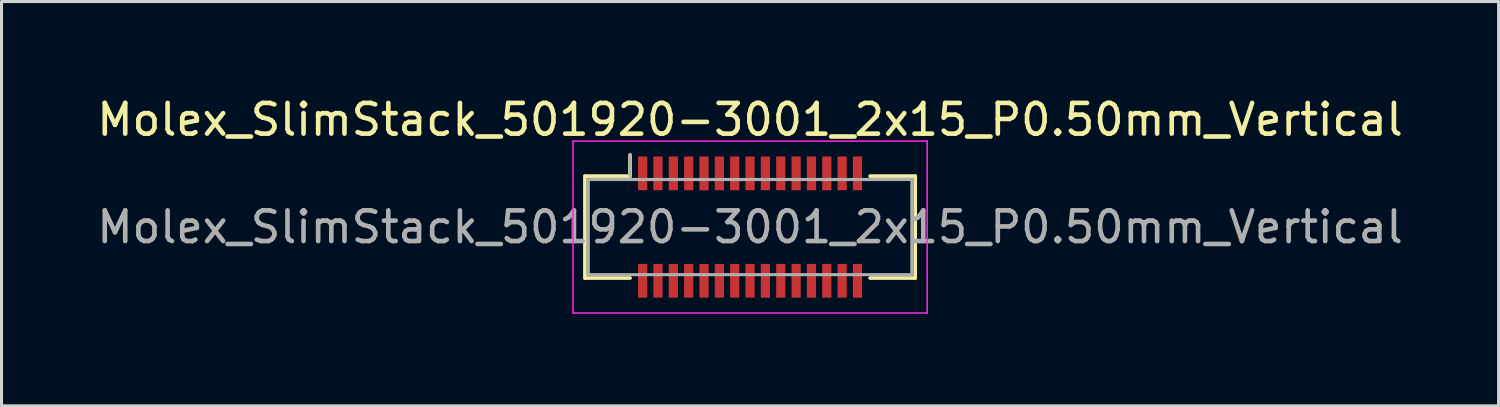
<source format=kicad_pcb>
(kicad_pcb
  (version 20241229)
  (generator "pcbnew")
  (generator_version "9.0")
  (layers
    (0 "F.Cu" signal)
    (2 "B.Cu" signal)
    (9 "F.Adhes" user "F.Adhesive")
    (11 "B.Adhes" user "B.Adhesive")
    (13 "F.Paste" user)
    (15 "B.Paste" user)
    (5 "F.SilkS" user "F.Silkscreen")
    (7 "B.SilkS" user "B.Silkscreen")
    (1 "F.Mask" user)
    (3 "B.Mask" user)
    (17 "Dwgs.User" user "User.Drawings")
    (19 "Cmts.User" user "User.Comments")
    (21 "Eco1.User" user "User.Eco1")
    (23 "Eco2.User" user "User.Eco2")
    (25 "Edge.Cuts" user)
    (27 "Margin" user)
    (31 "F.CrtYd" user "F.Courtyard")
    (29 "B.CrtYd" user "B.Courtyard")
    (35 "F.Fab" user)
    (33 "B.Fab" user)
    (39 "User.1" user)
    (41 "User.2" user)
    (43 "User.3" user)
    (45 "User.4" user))
  (footprint "Molex_SlimStack_501920-3001_2x15_P0.50mm_Vertical"
    (layer "F.Cu")
    (at 21.387 4.348)
    (property "Reference" "Molex_SlimStack_501920-3001_2x15_P0.50mm_Vertical" (at 0 -3.5 0) (layer "F.SilkS") (effects (font (size 1 1) (thickness 0.15))))
    (attr smd)
    (fp_line (start -5.38 -1.66) (end -3.91 -1.66) (stroke (width 0.12) (type solid)) (layer "F.SilkS"))
    (fp_line (start -5.38 1.66) (end -5.38 -1.66) (stroke (width 0.12) (type solid)) (layer "F.SilkS"))
    (fp_line (start -3.91 -1.66) (end -3.91 -2.35) (stroke (width 0.12) (type solid)) (layer "F.SilkS"))
    (fp_line (start -3.91 1.66) (end -5.38 1.66) (stroke (width 0.12) (type solid)) (layer "F.SilkS"))
    (fp_line (start 3.91 1.66) (end 5.38 1.66) (stroke (width 0.12) (type solid)) (layer "F.SilkS"))
    (fp_line (start 5.38 -1.66) (end 3.91 -1.66) (stroke (width 0.12) (type solid)) (layer "F.SilkS"))
    (fp_line (start 5.38 1.66) (end 5.38 -1.66) (stroke (width 0.12) (type solid)) (layer "F.SilkS"))
    (fp_line (start -5.77 -2.8) (end -5.77 2.8) (stroke (width 0.05) (type solid)) (layer "F.CrtYd"))
    (fp_line (start -5.77 2.8) (end 5.77 2.8) (stroke (width 0.05) (type solid)) (layer "F.CrtYd"))
    (fp_line (start 5.77 -2.8) (end -5.77 -2.8) (stroke (width 0.05) (type solid)) (layer "F.CrtYd"))
    (fp_line (start 5.77 2.8) (end 5.77 -2.8) (stroke (width 0.05) (type solid)) (layer "F.CrtYd"))
    (fp_line (start -5.27 -1.55) (end -5.27 1.55) (stroke (width 0.1) (type solid)) (layer "F.Fab"))
    (fp_line (start -5.27 1.55) (end 5.27 1.55) (stroke (width 0.1) (type solid)) (layer "F.Fab"))
    (fp_line (start -3.91 -1.66) (end -3.91 -2.35) (stroke (width 0.1) (type solid)) (layer "F.Fab"))
    (fp_line (start 5.27 -1.55) (end -5.27 -1.55) (stroke (width 0.1) (type solid)) (layer "F.Fab"))
    (fp_line (start 5.27 1.55) (end 5.27 -1.55) (stroke (width 0.1) (type solid)) (layer "F.Fab"))
    (fp_text user "${REFERENCE}" (at 0 0 0) (layer "F.Fab") (effects (font (size 1 1) (thickness 0.15))))
    (pad "1" smd rect (at -3.5 -1.75) (size 0.3 1.1) (layers "F.Cu" "F.Mask" "F.Paste"))
    (pad "2" smd rect (at -3.5 1.75) (size 0.3 1.1) (layers "F.Cu" "F.Mask" "F.Paste"))
    (pad "3" smd rect (at -3 -1.75) (size 0.3 1.1) (layers "F.Cu" "F.Mask" "F.Paste"))
    (pad "4" smd rect (at -3 1.75) (size 0.3 1.1) (layers "F.Cu" "F.Mask" "F.Paste"))
    (pad "5" smd rect (at -2.5 -1.75) (size 0.3 1.1) (layers "F.Cu" "F.Mask" "F.Paste"))
    (pad "6" smd rect (at -2.5 1.75) (size 0.3 1.1) (layers "F.Cu" "F.Mask" "F.Paste"))
    (pad "7" smd rect (at -2 -1.75) (size 0.3 1.1) (layers "F.Cu" "F.Mask" "F.Paste"))
    (pad "8" smd rect (at -2 1.75) (size 0.3 1.1) (layers "F.Cu" "F.Mask" "F.Paste"))
    (pad "9" smd rect (at -1.5 -1.75) (size 0.3 1.1) (layers "F.Cu" "F.Mask" "F.Paste"))
    (pad "10" smd rect (at -1.5 1.75) (size 0.3 1.1) (layers "F.Cu" "F.Mask" "F.Paste"))
    (pad "11" smd rect (at -1 -1.75) (size 0.3 1.1) (layers "F.Cu" "F.Mask" "F.Paste"))
    (pad "12" smd rect (at -1 1.75) (size 0.3 1.1) (layers "F.Cu" "F.Mask" "F.Paste"))
    (pad "13" smd rect (at -0.5 -1.75) (size 0.3 1.1) (layers "F.Cu" "F.Mask" "F.Paste"))
    (pad "14" smd rect (at -0.5 1.75) (size 0.3 1.1) (layers "F.Cu" "F.Mask" "F.Paste"))
    (pad "15" smd rect (at 0 -1.75) (size 0.3 1.1) (layers "F.Cu" "F.Mask" "F.Paste"))
    (pad "16" smd rect (at 0 1.75) (size 0.3 1.1) (layers "F.Cu" "F.Mask" "F.Paste"))
    (pad "17" smd rect (at 0.5 -1.75) (size 0.3 1.1) (layers "F.Cu" "F.Mask" "F.Paste"))
    (pad "18" smd rect (at 0.5 1.75) (size 0.3 1.1) (layers "F.Cu" "F.Mask" "F.Paste"))
    (pad "19" smd rect (at 1 -1.75) (size 0.3 1.1) (layers "F.Cu" "F.Mask" "F.Paste"))
    (pad "20" smd rect (at 1 1.75) (size 0.3 1.1) (layers "F.Cu" "F.Mask" "F.Paste"))
    (pad "21" smd rect (at 1.5 -1.75) (size 0.3 1.1) (layers "F.Cu" "F.Mask" "F.Paste"))
    (pad "22" smd rect (at 1.5 1.75) (size 0.3 1.1) (layers "F.Cu" "F.Mask" "F.Paste"))
    (pad "23" smd rect (at 2 -1.75) (size 0.3 1.1) (layers "F.Cu" "F.Mask" "F.Paste"))
    (pad "24" smd rect (at 2 1.75) (size 0.3 1.1) (layers "F.Cu" "F.Mask" "F.Paste"))
    (pad "25" smd rect (at 2.5 -1.75) (size 0.3 1.1) (layers "F.Cu" "F.Mask" "F.Paste"))
    (pad "26" smd rect (at 2.5 1.75) (size 0.3 1.1) (layers "F.Cu" "F.Mask" "F.Paste"))
    (pad "27" smd rect (at 3 -1.75) (size 0.3 1.1) (layers "F.Cu" "F.Mask" "F.Paste"))
    (pad "28" smd rect (at 3 1.75) (size 0.3 1.1) (layers "F.Cu" "F.Mask" "F.Paste"))
    (pad "29" smd rect (at 3.5 -1.75) (size 0.3 1.1) (layers "F.Cu" "F.Mask" "F.Paste"))
    (pad "30" smd rect (at 3.5 1.75) (size 0.3 1.1) (layers "F.Cu" "F.Mask" "F.Paste")))
  (gr_rect
    (start -3 -3)
    (end 45.774 10.173)
    (stroke (width 0.1) (type default))
    (fill no)
    (layer "Edge.Cuts")))
</source>
